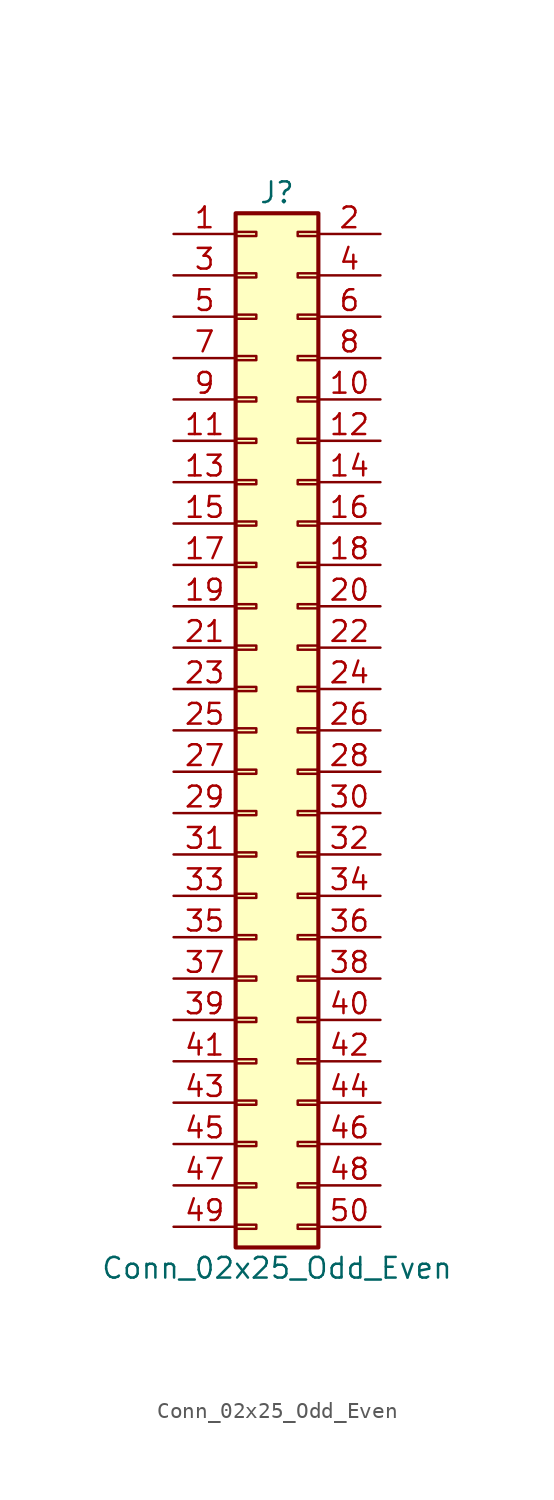
<source format=kicad_sym>
(kicad_symbol_lib
  (version 20201005)
  (generator kicad_symbol_editor)
  (symbol "Conn_02x25_Odd_Even"
    (pin_names
      (offset 1.016) hide)
    (property "Reference" "J"
      (at 1.27 33.02 0)
      (effects (font (size 1.27 1.27))))
    (property "Value" "Conn_02x25_Odd_Even"
      (at 1.27 -33.02 0)
      (effects (font (size 1.27 1.27))))
    (symbol "Conn_02x25_Odd_Even_1_1"
      (rectangle (start -1.27 -30.353) (end 0 -30.607) (stroke (width 0.152)) (fill (type none)))
      (rectangle (start -1.27 -27.813) (end 0 -28.067) (stroke (width 0.152)) (fill (type none)))
      (rectangle (start -1.27 -25.273) (end 0 -25.527) (stroke (width 0.152)) (fill (type none)))
      (rectangle (start -1.27 -22.733) (end 0 -22.987) (stroke (width 0.152)) (fill (type none)))
      (rectangle (start -1.27 -20.193) (end 0 -20.447) (stroke (width 0.152)) (fill (type none)))
      (rectangle (start -1.27 -17.653) (end 0 -17.907) (stroke (width 0.152)) (fill (type none)))
      (rectangle (start -1.27 -15.113) (end 0 -15.367) (stroke (width 0.152)) (fill (type none)))
      (rectangle (start -1.27 -12.573) (end 0 -12.827) (stroke (width 0.152)) (fill (type none)))
      (rectangle (start -1.27 -10.033) (end 0 -10.287) (stroke (width 0.152)) (fill (type none)))
      (rectangle (start -1.27 -7.493) (end 0 -7.747) (stroke (width 0.152)) (fill (type none)))
      (rectangle (start -1.27 -4.953) (end 0 -5.207) (stroke (width 0.152)) (fill (type none)))
      (rectangle (start -1.27 -2.413) (end 0 -2.667) (stroke (width 0.152)) (fill (type none)))
      (rectangle (start -1.27 0.127) (end 0 -0.127) (stroke (width 0.152)) (fill (type none)))
      (rectangle (start -1.27 2.667) (end 0 2.413) (stroke (width 0.152)) (fill (type none)))
      (rectangle (start -1.27 5.207) (end 0 4.953) (stroke (width 0.152)) (fill (type none)))
      (rectangle (start -1.27 7.747) (end 0 7.493) (stroke (width 0.152)) (fill (type none)))
      (rectangle (start -1.27 10.287) (end 0 10.033) (stroke (width 0.152)) (fill (type none)))
      (rectangle (start -1.27 12.827) (end 0 12.573) (stroke (width 0.152)) (fill (type none)))
      (rectangle (start -1.27 15.367) (end 0 15.113) (stroke (width 0.152)) (fill (type none)))
      (rectangle (start -1.27 17.907) (end 0 17.653) (stroke (width 0.152)) (fill (type none)))
      (rectangle (start -1.27 20.447) (end 0 20.193) (stroke (width 0.152)) (fill (type none)))
      (rectangle (start -1.27 22.987) (end 0 22.733) (stroke (width 0.152)) (fill (type none)))
      (rectangle (start -1.27 25.527) (end 0 25.273) (stroke (width 0.152)) (fill (type none)))
      (rectangle (start -1.27 28.067) (end 0 27.813) (stroke (width 0.152)) (fill (type none)))
      (rectangle (start -1.27 30.607) (end 0 30.353) (stroke (width 0.152)) (fill (type none)))
      (rectangle (start -1.27 31.75) (end 3.81 -31.75) (stroke (width 0.254)) (fill (type background)))
      (rectangle (start 3.81 -30.353) (end 2.54 -30.607) (stroke (width 0.152)) (fill (type none)))
      (rectangle (start 3.81 -27.813) (end 2.54 -28.067) (stroke (width 0.152)) (fill (type none)))
      (rectangle (start 3.81 -25.273) (end 2.54 -25.527) (stroke (width 0.152)) (fill (type none)))
      (rectangle (start 3.81 -22.733) (end 2.54 -22.987) (stroke (width 0.152)) (fill (type none)))
      (rectangle (start 3.81 -20.193) (end 2.54 -20.447) (stroke (width 0.152)) (fill (type none)))
      (rectangle (start 3.81 -17.653) (end 2.54 -17.907) (stroke (width 0.152)) (fill (type none)))
      (rectangle (start 3.81 -15.113) (end 2.54 -15.367) (stroke (width 0.152)) (fill (type none)))
      (rectangle (start 3.81 -12.573) (end 2.54 -12.827) (stroke (width 0.152)) (fill (type none)))
      (rectangle (start 3.81 -10.033) (end 2.54 -10.287) (stroke (width 0.152)) (fill (type none)))
      (rectangle (start 3.81 -7.493) (end 2.54 -7.747) (stroke (width 0.152)) (fill (type none)))
      (rectangle (start 3.81 -4.953) (end 2.54 -5.207) (stroke (width 0.152)) (fill (type none)))
      (rectangle (start 3.81 -2.413) (end 2.54 -2.667) (stroke (width 0.152)) (fill (type none)))
      (rectangle (start 3.81 0.127) (end 2.54 -0.127) (stroke (width 0.152)) (fill (type none)))
      (rectangle (start 3.81 2.667) (end 2.54 2.413) (stroke (width 0.152)) (fill (type none)))
      (rectangle (start 3.81 5.207) (end 2.54 4.953) (stroke (width 0.152)) (fill (type none)))
      (rectangle (start 3.81 7.747) (end 2.54 7.493) (stroke (width 0.152)) (fill (type none)))
      (rectangle (start 3.81 10.287) (end 2.54 10.033) (stroke (width 0.152)) (fill (type none)))
      (rectangle (start 3.81 12.827) (end 2.54 12.573) (stroke (width 0.152)) (fill (type none)))
      (rectangle (start 3.81 15.367) (end 2.54 15.113) (stroke (width 0.152)) (fill (type none)))
      (rectangle (start 3.81 17.907) (end 2.54 17.653) (stroke (width 0.152)) (fill (type none)))
      (rectangle (start 3.81 20.447) (end 2.54 20.193) (stroke (width 0.152)) (fill (type none)))
      (rectangle (start 3.81 22.987) (end 2.54 22.733) (stroke (width 0.152)) (fill (type none)))
      (rectangle (start 3.81 25.527) (end 2.54 25.273) (stroke (width 0.152)) (fill (type none)))
      (rectangle (start 3.81 28.067) (end 2.54 27.813) (stroke (width 0.152)) (fill (type none)))
      (rectangle (start 3.81 30.607) (end 2.54 30.353) (stroke (width 0.152)) (fill (type none)))
      (pin passive line (at -5.08 30.48 0) (length 3.81) (name "Pin_1" (effects (font (size 1.27 1.27)))) (number "1" (effects (font (size 1.27 1.27)))))
      (pin passive line (at 7.62 20.32 180) (length 3.81) (name "Pin_10" (effects (font (size 1.27 1.27)))) (number "10" (effects (font (size 1.27 1.27)))))
      (pin passive line (at -5.08 17.78 0) (length 3.81) (name "Pin_11" (effects (font (size 1.27 1.27)))) (number "11" (effects (font (size 1.27 1.27)))))
      (pin passive line (at 7.62 17.78 180) (length 3.81) (name "Pin_12" (effects (font (size 1.27 1.27)))) (number "12" (effects (font (size 1.27 1.27)))))
      (pin passive line (at -5.08 15.24 0) (length 3.81) (name "Pin_13" (effects (font (size 1.27 1.27)))) (number "13" (effects (font (size 1.27 1.27)))))
      (pin passive line (at 7.62 15.24 180) (length 3.81) (name "Pin_14" (effects (font (size 1.27 1.27)))) (number "14" (effects (font (size 1.27 1.27)))))
      (pin passive line (at -5.08 12.7 0) (length 3.81) (name "Pin_15" (effects (font (size 1.27 1.27)))) (number "15" (effects (font (size 1.27 1.27)))))
      (pin passive line (at 7.62 12.7 180) (length 3.81) (name "Pin_16" (effects (font (size 1.27 1.27)))) (number "16" (effects (font (size 1.27 1.27)))))
      (pin passive line (at -5.08 10.16 0) (length 3.81) (name "Pin_17" (effects (font (size 1.27 1.27)))) (number "17" (effects (font (size 1.27 1.27)))))
      (pin passive line (at 7.62 10.16 180) (length 3.81) (name "Pin_18" (effects (font (size 1.27 1.27)))) (number "18" (effects (font (size 1.27 1.27)))))
      (pin passive line (at -5.08 7.62 0) (length 3.81) (name "Pin_19" (effects (font (size 1.27 1.27)))) (number "19" (effects (font (size 1.27 1.27)))))
      (pin passive line (at 7.62 30.48 180) (length 3.81) (name "Pin_2" (effects (font (size 1.27 1.27)))) (number "2" (effects (font (size 1.27 1.27)))))
      (pin passive line (at 7.62 7.62 180) (length 3.81) (name "Pin_20" (effects (font (size 1.27 1.27)))) (number "20" (effects (font (size 1.27 1.27)))))
      (pin passive line (at -5.08 5.08 0) (length 3.81) (name "Pin_21" (effects (font (size 1.27 1.27)))) (number "21" (effects (font (size 1.27 1.27)))))
      (pin passive line (at 7.62 5.08 180) (length 3.81) (name "Pin_22" (effects (font (size 1.27 1.27)))) (number "22" (effects (font (size 1.27 1.27)))))
      (pin passive line (at -5.08 2.54 0) (length 3.81) (name "Pin_23" (effects (font (size 1.27 1.27)))) (number "23" (effects (font (size 1.27 1.27)))))
      (pin passive line (at 7.62 2.54 180) (length 3.81) (name "Pin_24" (effects (font (size 1.27 1.27)))) (number "24" (effects (font (size 1.27 1.27)))))
      (pin passive line (at -5.08 0 0) (length 3.81) (name "Pin_25" (effects (font (size 1.27 1.27)))) (number "25" (effects (font (size 1.27 1.27)))))
      (pin passive line (at 7.62 0 180) (length 3.81) (name "Pin_26" (effects (font (size 1.27 1.27)))) (number "26" (effects (font (size 1.27 1.27)))))
      (pin passive line (at -5.08 -2.54 0) (length 3.81) (name "Pin_27" (effects (font (size 1.27 1.27)))) (number "27" (effects (font (size 1.27 1.27)))))
      (pin passive line (at 7.62 -2.54 180) (length 3.81) (name "Pin_28" (effects (font (size 1.27 1.27)))) (number "28" (effects (font (size 1.27 1.27)))))
      (pin passive line (at -5.08 -5.08 0) (length 3.81) (name "Pin_29" (effects (font (size 1.27 1.27)))) (number "29" (effects (font (size 1.27 1.27)))))
      (pin passive line (at -5.08 27.94 0) (length 3.81) (name "Pin_3" (effects (font (size 1.27 1.27)))) (number "3" (effects (font (size 1.27 1.27)))))
      (pin passive line (at 7.62 -5.08 180) (length 3.81) (name "Pin_30" (effects (font (size 1.27 1.27)))) (number "30" (effects (font (size 1.27 1.27)))))
      (pin passive line (at -5.08 -7.62 0) (length 3.81) (name "Pin_31" (effects (font (size 1.27 1.27)))) (number "31" (effects (font (size 1.27 1.27)))))
      (pin passive line (at 7.62 -7.62 180) (length 3.81) (name "Pin_32" (effects (font (size 1.27 1.27)))) (number "32" (effects (font (size 1.27 1.27)))))
      (pin passive line (at -5.08 -10.16 0) (length 3.81) (name "Pin_33" (effects (font (size 1.27 1.27)))) (number "33" (effects (font (size 1.27 1.27)))))
      (pin passive line (at 7.62 -10.16 180) (length 3.81) (name "Pin_34" (effects (font (size 1.27 1.27)))) (number "34" (effects (font (size 1.27 1.27)))))
      (pin passive line (at -5.08 -12.7 0) (length 3.81) (name "Pin_35" (effects (font (size 1.27 1.27)))) (number "35" (effects (font (size 1.27 1.27)))))
      (pin passive line (at 7.62 -12.7 180) (length 3.81) (name "Pin_36" (effects (font (size 1.27 1.27)))) (number "36" (effects (font (size 1.27 1.27)))))
      (pin passive line (at -5.08 -15.24 0) (length 3.81) (name "Pin_37" (effects (font (size 1.27 1.27)))) (number "37" (effects (font (size 1.27 1.27)))))
      (pin passive line (at 7.62 -15.24 180) (length 3.81) (name "Pin_38" (effects (font (size 1.27 1.27)))) (number "38" (effects (font (size 1.27 1.27)))))
      (pin passive line (at -5.08 -17.78 0) (length 3.81) (name "Pin_39" (effects (font (size 1.27 1.27)))) (number "39" (effects (font (size 1.27 1.27)))))
      (pin passive line (at 7.62 27.94 180) (length 3.81) (name "Pin_4" (effects (font (size 1.27 1.27)))) (number "4" (effects (font (size 1.27 1.27)))))
      (pin passive line (at 7.62 -17.78 180) (length 3.81) (name "Pin_40" (effects (font (size 1.27 1.27)))) (number "40" (effects (font (size 1.27 1.27)))))
      (pin passive line (at -5.08 -20.32 0) (length 3.81) (name "Pin_41" (effects (font (size 1.27 1.27)))) (number "41" (effects (font (size 1.27 1.27)))))
      (pin passive line (at 7.62 -20.32 180) (length 3.81) (name "Pin_42" (effects (font (size 1.27 1.27)))) (number "42" (effects (font (size 1.27 1.27)))))
      (pin passive line (at -5.08 -22.86 0) (length 3.81) (name "Pin_43" (effects (font (size 1.27 1.27)))) (number "43" (effects (font (size 1.27 1.27)))))
      (pin passive line (at 7.62 -22.86 180) (length 3.81) (name "Pin_44" (effects (font (size 1.27 1.27)))) (number "44" (effects (font (size 1.27 1.27)))))
      (pin passive line (at -5.08 -25.4 0) (length 3.81) (name "Pin_45" (effects (font (size 1.27 1.27)))) (number "45" (effects (font (size 1.27 1.27)))))
      (pin passive line (at 7.62 -25.4 180) (length 3.81) (name "Pin_46" (effects (font (size 1.27 1.27)))) (number "46" (effects (font (size 1.27 1.27)))))
      (pin passive line (at -5.08 -27.94 0) (length 3.81) (name "Pin_47" (effects (font (size 1.27 1.27)))) (number "47" (effects (font (size 1.27 1.27)))))
      (pin passive line (at 7.62 -27.94 180) (length 3.81) (name "Pin_48" (effects (font (size 1.27 1.27)))) (number "48" (effects (font (size 1.27 1.27)))))
      (pin passive line (at -5.08 -30.48 0) (length 3.81) (name "Pin_49" (effects (font (size 1.27 1.27)))) (number "49" (effects (font (size 1.27 1.27)))))
      (pin passive line (at -5.08 25.4 0) (length 3.81) (name "Pin_5" (effects (font (size 1.27 1.27)))) (number "5" (effects (font (size 1.27 1.27)))))
      (pin passive line (at 7.62 -30.48 180) (length 3.81) (name "Pin_50" (effects (font (size 1.27 1.27)))) (number "50" (effects (font (size 1.27 1.27)))))
      (pin passive line (at 7.62 25.4 180) (length 3.81) (name "Pin_6" (effects (font (size 1.27 1.27)))) (number "6" (effects (font (size 1.27 1.27)))))
      (pin passive line (at -5.08 22.86 0) (length 3.81) (name "Pin_7" (effects (font (size 1.27 1.27)))) (number "7" (effects (font (size 1.27 1.27)))))
      (pin passive line (at 7.62 22.86 180) (length 3.81) (name "Pin_8" (effects (font (size 1.27 1.27)))) (number "8" (effects (font (size 1.27 1.27)))))
      (pin passive line (at -5.08 20.32 0) (length 3.81) (name "Pin_9" (effects (font (size 1.27 1.27)))) (number "9" (effects (font (size 1.27 1.27))))))))
</source>
